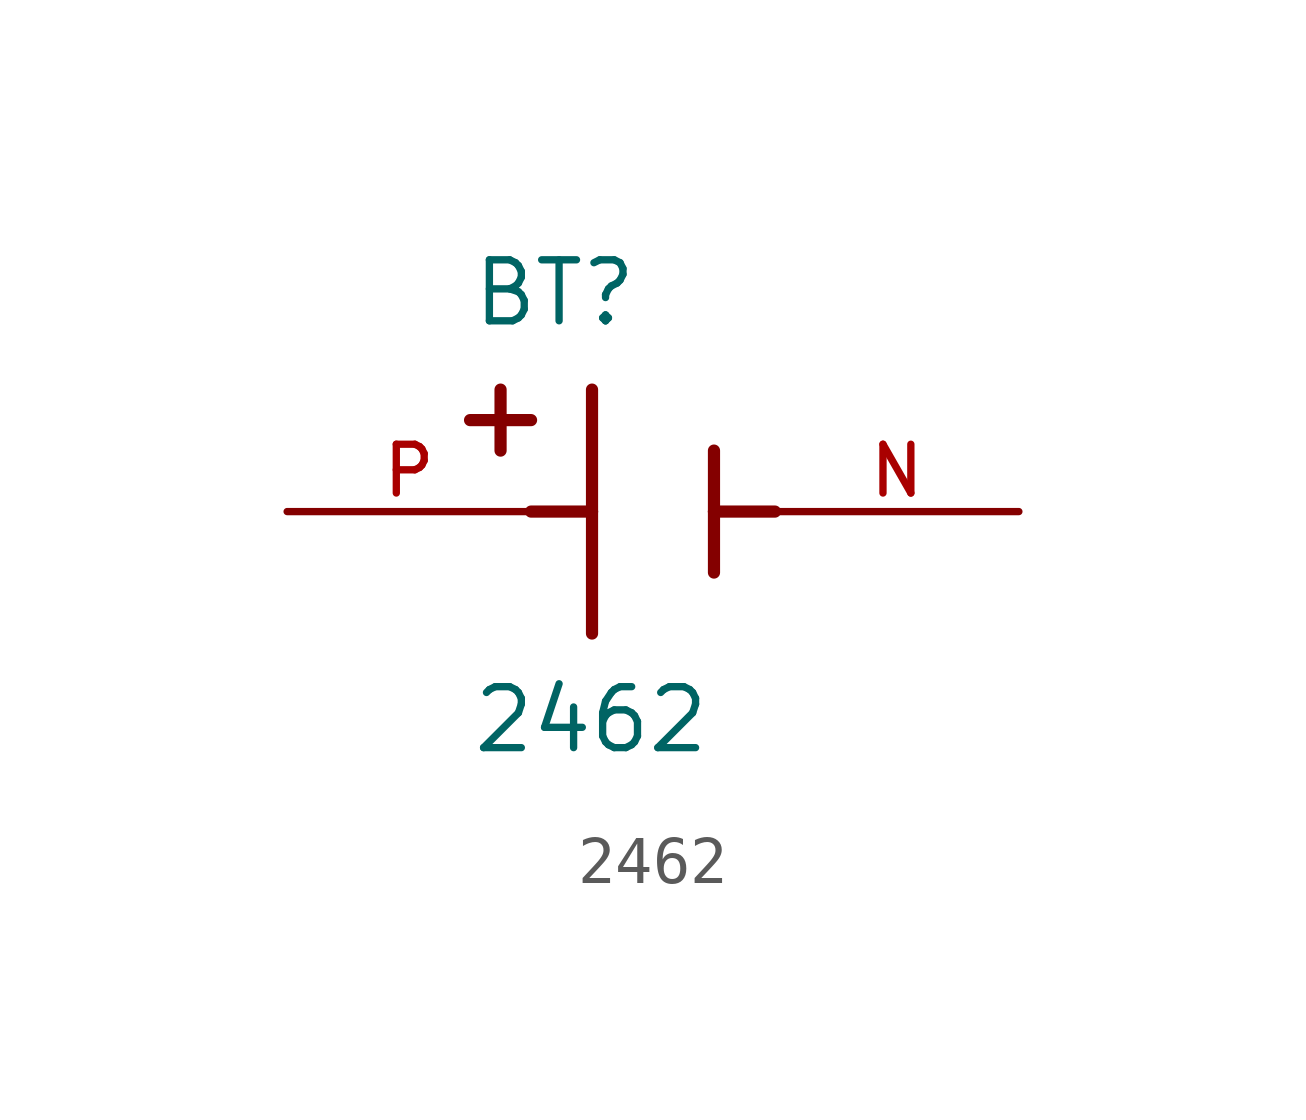
<source format=kicad_sym>
(kicad_symbol_lib
  (version 20211014)
  (generator kicad_symbol_editor)
  (symbol "2462"
    (pin_names
      (offset 1.016) hide)
    (property "Reference" "BT"
      (at -3.81 3.81 0)
      (effects (font (size 1.27 1.27)) (justify left bottom)))
    (property "Value" "2462"
      (at -3.81 -5.08 0)
      (effects (font (size 1.27 1.27)) (justify left bottom)))
    (property "ki_locked" ""
      (at 0 0 0)
      (effects (font (size 1.27 1.27))))
    (symbol "2462_0_0"
      (polyline (pts (xy -3.81 1.905) (xy -2.54 1.905)) (stroke (width 0.254) (type default) (color 0 0 0 0)) (fill (type none)))
      (polyline (pts (xy -3.175 2.54) (xy -3.175 1.27)) (stroke (width 0.254) (type default) (color 0 0 0 0)) (fill (type none)))
      (polyline (pts (xy -1.27 0) (xy -2.54 0)) (stroke (width 0.254) (type default) (color 0 0 0 0)) (fill (type none)))
      (polyline (pts (xy -1.27 0) (xy -1.27 -2.54)) (stroke (width 0.254) (type default) (color 0 0 0 0)) (fill (type none)))
      (polyline (pts (xy -1.27 2.54) (xy -1.27 0)) (stroke (width 0.254) (type default) (color 0 0 0 0)) (fill (type none)))
      (polyline (pts (xy 1.27 0) (xy 1.27 -1.27)) (stroke (width 0.254) (type default) (color 0 0 0 0)) (fill (type none)))
      (polyline (pts (xy 1.27 0) (xy 2.54 0)) (stroke (width 0.254) (type default) (color 0 0 0 0)) (fill (type none)))
      (polyline (pts (xy 1.27 1.27) (xy 1.27 0)) (stroke (width 0.254) (type default) (color 0 0 0 0)) (fill (type none)))
      (pin passive line (at 7.62 0 180) (length 5.08) (name "~" (effects (font (size 1.016 1.016)))) (number "N" (effects (font (size 1.016 1.016)))))
      (pin passive line (at -7.62 0 0) (length 5.08) (name "~" (effects (font (size 1.016 1.016)))) (number "P" (effects (font (size 1.016 1.016))))))))
</source>
